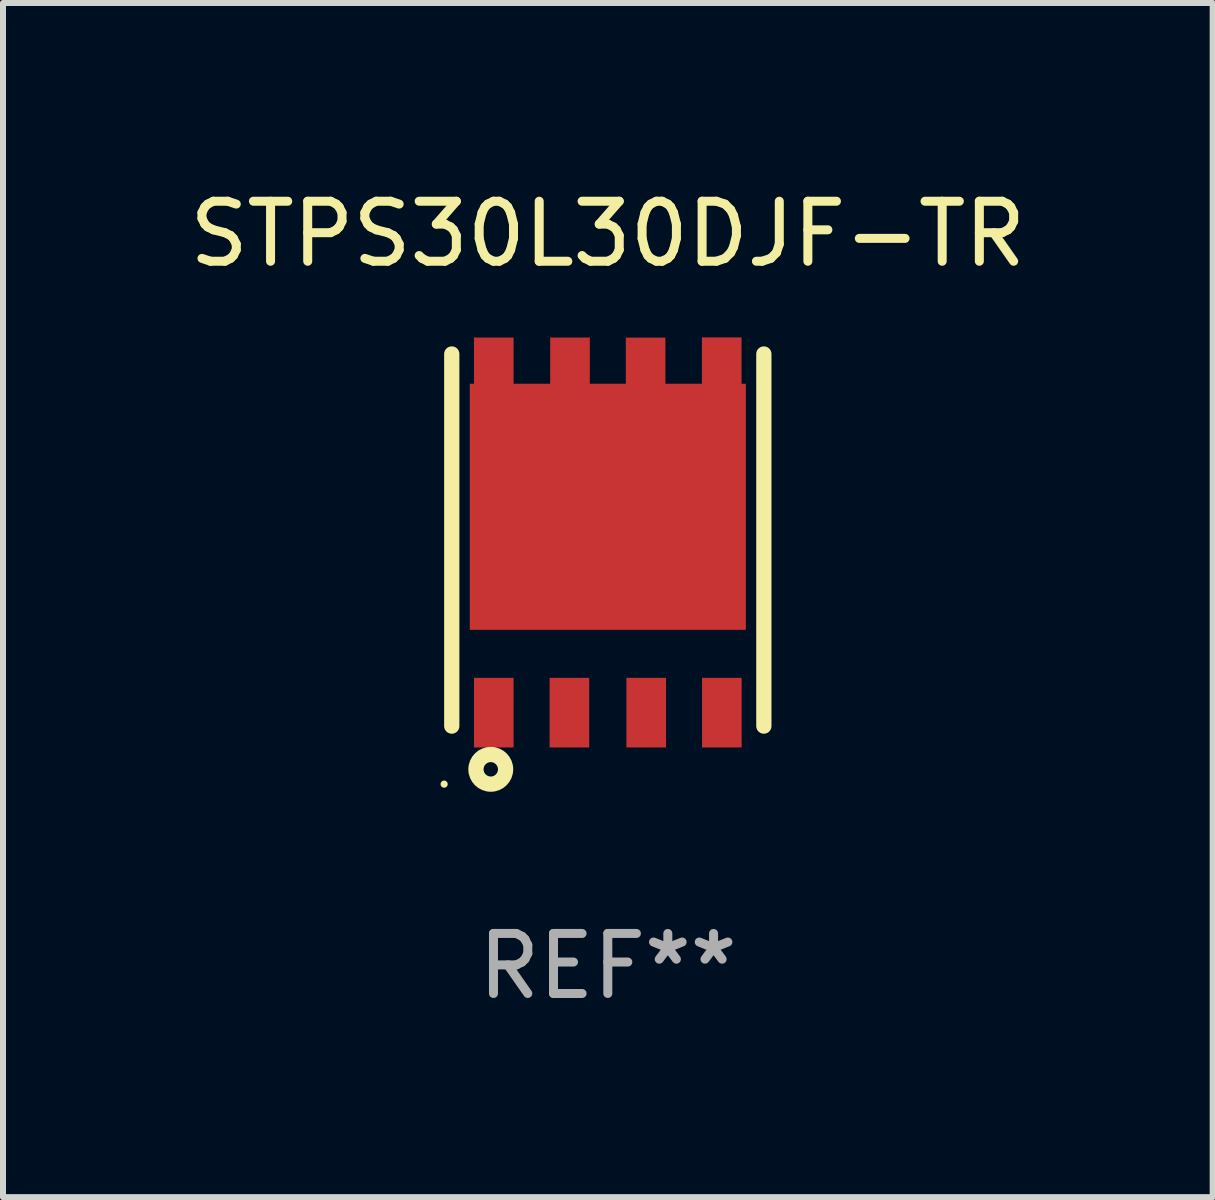
<source format=kicad_pcb>
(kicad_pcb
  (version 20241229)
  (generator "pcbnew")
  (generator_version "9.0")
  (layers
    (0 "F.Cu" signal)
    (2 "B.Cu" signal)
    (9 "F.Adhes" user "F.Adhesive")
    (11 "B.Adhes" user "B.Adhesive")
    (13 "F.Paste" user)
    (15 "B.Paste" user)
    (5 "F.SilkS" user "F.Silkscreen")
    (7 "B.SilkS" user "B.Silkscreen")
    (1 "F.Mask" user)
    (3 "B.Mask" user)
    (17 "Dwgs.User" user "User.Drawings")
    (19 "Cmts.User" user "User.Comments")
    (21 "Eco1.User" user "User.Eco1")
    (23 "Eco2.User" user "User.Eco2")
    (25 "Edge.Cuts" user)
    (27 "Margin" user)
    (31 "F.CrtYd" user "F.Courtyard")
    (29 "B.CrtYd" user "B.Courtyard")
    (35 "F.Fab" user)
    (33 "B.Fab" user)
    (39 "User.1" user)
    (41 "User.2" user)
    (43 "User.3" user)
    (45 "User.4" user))
  (footprint "STPS30L30DJF-TR"
    (layer "F.Cu")
    (at 7.077 5.948)
    (property "Reference" "STPS30L30DJF-TR" (at 0 -5.1 0) (layer "F.SilkS") (effects (font (size 1 1) (thickness 0.15))))
    (attr through_hole)
    (fp_line (start -2.6 -3.1) (end -2.6 3.1) (stroke (width 0.254) (type solid)) (layer "F.SilkS"))
    (fp_line (start 2.6 3.1) (end 2.6 -3.1) (stroke (width 0.254) (type solid)) (layer "F.SilkS"))
    (fp_circle (center -2.727 4.067) (end -2.697 4.067) (stroke (width 0.06) (type solid)) (fill no) (layer "F.SilkS"))
    (fp_circle (center -1.95 3.82) (end -1.83 3.82) (stroke (width 0.254) (type solid)) (fill no) (layer "F.SilkS"))
    (fp_text user "REF**" (at 0 7.1 0) (layer "F.Fab") (effects (font (size 1 1) (thickness 0.15))))
    (pad "1" smd rect (at -1.9 2.876 180) (size 0.66 1.16) (layers "F.Cu" "F.Mask" "F.Paste"))
    (pad "2" smd rect (at -0.64 2.876 180) (size 0.66 1.16) (layers "F.Cu" "F.Mask" "F.Paste"))
    (pad "3" smd rect (at 0.64 2.876 180) (size 0.66 1.16) (layers "F.Cu" "F.Mask" "F.Paste"))
    (pad "4" smd rect (at 1.9 2.876 180) (size 0.66 1.16) (layers "F.Cu" "F.Mask" "F.Paste"))
    (pad "5" smd rect (at 1.898 -2.876 180) (size 0.66 1) (layers "F.Cu" "F.Mask" "F.Paste"))
    (pad "6" smd rect (at 0.63 -2.873 180) (size 0.66 1) (layers "F.Cu" "F.Mask" "F.Paste"))
    (pad "7" smd rect (at -0.63 -2.874 180) (size 0.66 1) (layers "F.Cu" "F.Mask" "F.Paste"))
    (pad "8" smd rect (at -1.9 -2.874 180) (size 0.66 1) (layers "F.Cu" "F.Mask" "F.Paste"))
    (pad "8" smd rect (at 0.000127 -0.554 180) (size 4.6 4.1) (layers "F.Cu" "F.Mask" "F.Paste")))
  (gr_rect
    (start -3 -3)
    (end 17.155 16.896)
    (stroke (width 0.1) (type default))
    (fill no)
    (layer "Edge.Cuts")))
</source>
